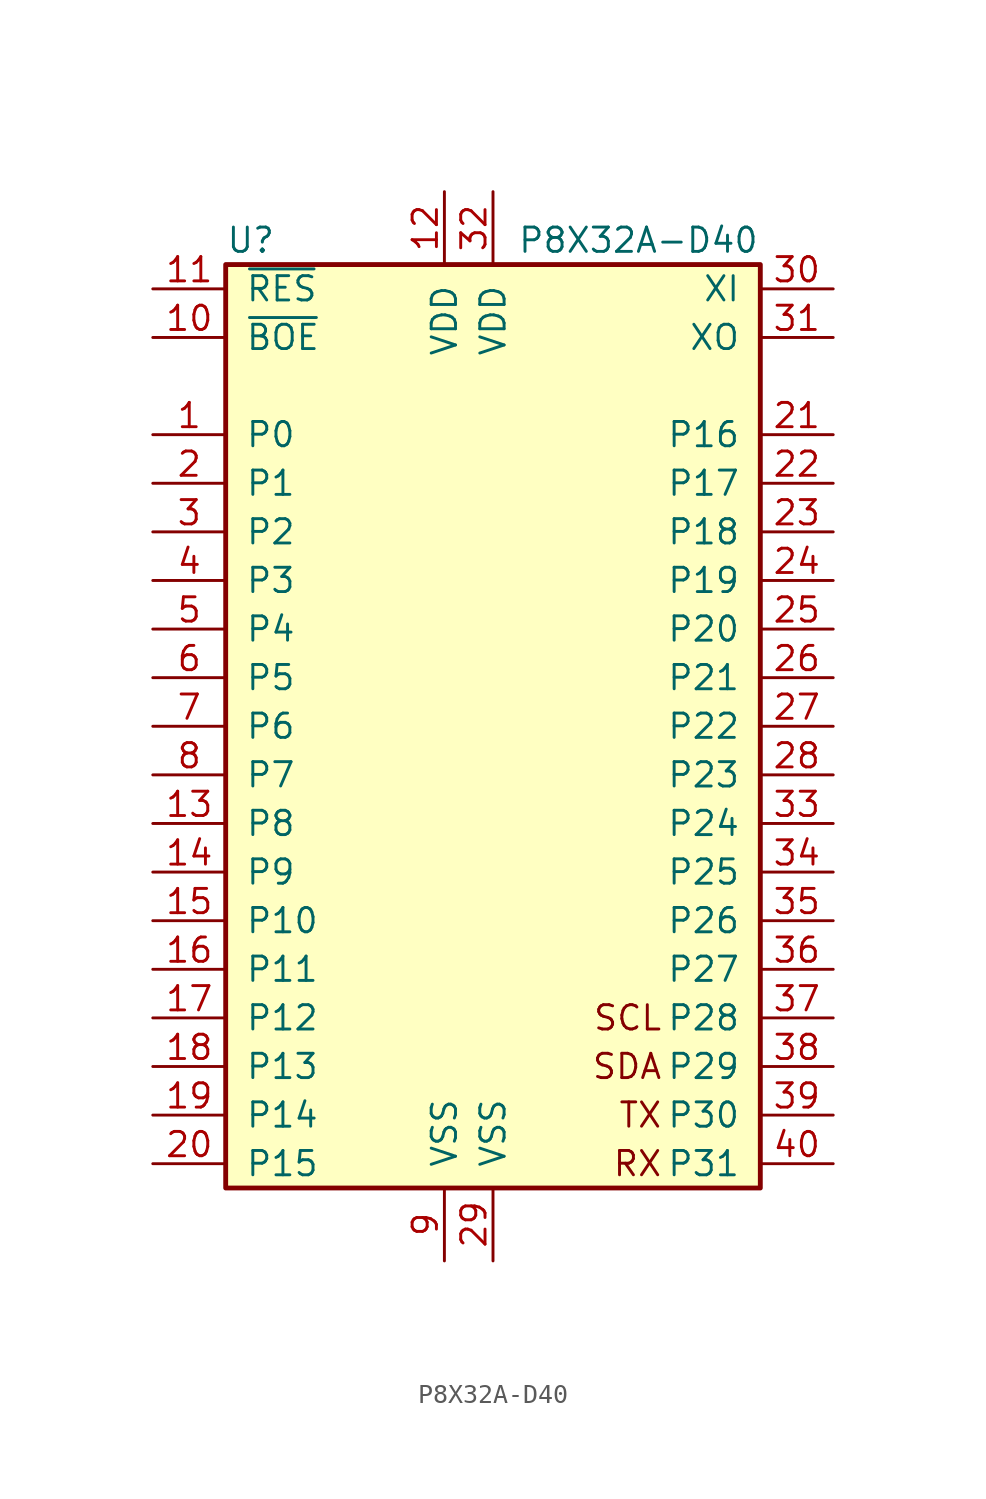
<source format=kicad_sym>
(kicad_symbol_lib
  (version 20231120)
  (generator "kicad_symbol_editor")
  (generator_version "8.0")
  (symbol "P8X32A-D40"
    (pin_names
      (offset 1.016))
    (property "Reference" "U"
      (at -13.97 25.4 0)
      (effects (font (size 1.27 1.27)) (justify left)))
    (property "Value" "P8X32A-D40"
      (at 1.27 25.4 0)
      (effects (font (size 1.27 1.27)) (justify left)))
    (symbol "P8X32A-D40_0_1"
      (rectangle (start -13.97 24.13) (end 13.97 -24.13) (stroke (width 0.254) (type default)) (fill (type background)))
      (text "RX" (at 8.89 -22.86 0) (effects (font (size 1.27 1.27)) (justify right)))
      (text "SCL" (at 8.89 -15.24 0) (effects (font (size 1.27 1.27)) (justify right)))
      (text "SDA" (at 8.89 -17.78 0) (effects (font (size 1.27 1.27)) (justify right)))
      (text "TX" (at 8.89 -20.32 0) (effects (font (size 1.27 1.27)) (justify right)))
      (pin bidirectional line (at -17.78 15.24 0) (length 3.81) (name "P0" (effects (font (size 1.27 1.27)))) (number "1" (effects (font (size 1.27 1.27)))))
      (pin input line (at -17.78 20.32 0) (length 3.81) (name "~{BOE}" (effects (font (size 1.27 1.27)))) (number "10" (effects (font (size 1.27 1.27)))))
      (pin bidirectional line (at -17.78 22.86 0) (length 3.81) (name "~{RES}" (effects (font (size 1.27 1.27)))) (number "11" (effects (font (size 1.27 1.27)))))
      (pin power_in line (at -2.54 27.94 270) (length 3.81) (name "VDD" (effects (font (size 1.27 1.27)))) (number "12" (effects (font (size 1.27 1.27)))))
      (pin bidirectional line (at -17.78 -5.08 0) (length 3.81) (name "P8" (effects (font (size 1.27 1.27)))) (number "13" (effects (font (size 1.27 1.27)))))
      (pin bidirectional line (at -17.78 -7.62 0) (length 3.81) (name "P9" (effects (font (size 1.27 1.27)))) (number "14" (effects (font (size 1.27 1.27)))))
      (pin bidirectional line (at -17.78 -10.16 0) (length 3.81) (name "P10" (effects (font (size 1.27 1.27)))) (number "15" (effects (font (size 1.27 1.27)))))
      (pin bidirectional line (at -17.78 -12.7 0) (length 3.81) (name "P11" (effects (font (size 1.27 1.27)))) (number "16" (effects (font (size 1.27 1.27)))))
      (pin bidirectional line (at -17.78 -15.24 0) (length 3.81) (name "P12" (effects (font (size 1.27 1.27)))) (number "17" (effects (font (size 1.27 1.27)))))
      (pin bidirectional line (at -17.78 -17.78 0) (length 3.81) (name "P13" (effects (font (size 1.27 1.27)))) (number "18" (effects (font (size 1.27 1.27)))))
      (pin bidirectional line (at -17.78 -20.32 0) (length 3.81) (name "P14" (effects (font (size 1.27 1.27)))) (number "19" (effects (font (size 1.27 1.27)))))
      (pin bidirectional line (at -17.78 12.7 0) (length 3.81) (name "P1" (effects (font (size 1.27 1.27)))) (number "2" (effects (font (size 1.27 1.27)))))
      (pin bidirectional line (at -17.78 -22.86 0) (length 3.81) (name "P15" (effects (font (size 1.27 1.27)))) (number "20" (effects (font (size 1.27 1.27)))))
      (pin bidirectional line (at 17.78 15.24 180) (length 3.81) (name "P16" (effects (font (size 1.27 1.27)))) (number "21" (effects (font (size 1.27 1.27)))))
      (pin bidirectional line (at 17.78 12.7 180) (length 3.81) (name "P17" (effects (font (size 1.27 1.27)))) (number "22" (effects (font (size 1.27 1.27)))))
      (pin bidirectional line (at 17.78 10.16 180) (length 3.81) (name "P18" (effects (font (size 1.27 1.27)))) (number "23" (effects (font (size 1.27 1.27)))))
      (pin bidirectional line (at 17.78 7.62 180) (length 3.81) (name "P19" (effects (font (size 1.27 1.27)))) (number "24" (effects (font (size 1.27 1.27)))))
      (pin bidirectional line (at 17.78 5.08 180) (length 3.81) (name "P20" (effects (font (size 1.27 1.27)))) (number "25" (effects (font (size 1.27 1.27)))))
      (pin bidirectional line (at 17.78 2.54 180) (length 3.81) (name "P21" (effects (font (size 1.27 1.27)))) (number "26" (effects (font (size 1.27 1.27)))))
      (pin bidirectional line (at 17.78 0 180) (length 3.81) (name "P22" (effects (font (size 1.27 1.27)))) (number "27" (effects (font (size 1.27 1.27)))))
      (pin bidirectional line (at 17.78 -2.54 180) (length 3.81) (name "P23" (effects (font (size 1.27 1.27)))) (number "28" (effects (font (size 1.27 1.27)))))
      (pin power_in line (at 0 -27.94 90) (length 3.81) (name "VSS" (effects (font (size 1.27 1.27)))) (number "29" (effects (font (size 1.27 1.27)))))
      (pin bidirectional line (at -17.78 10.16 0) (length 3.81) (name "P2" (effects (font (size 1.27 1.27)))) (number "3" (effects (font (size 1.27 1.27)))))
      (pin input line (at 17.78 22.86 180) (length 3.81) (name "XI" (effects (font (size 1.27 1.27)))) (number "30" (effects (font (size 1.27 1.27)))))
      (pin output line (at 17.78 20.32 180) (length 3.81) (name "XO" (effects (font (size 1.27 1.27)))) (number "31" (effects (font (size 1.27 1.27)))))
      (pin power_in line (at 0 27.94 270) (length 3.81) (name "VDD" (effects (font (size 1.27 1.27)))) (number "32" (effects (font (size 1.27 1.27)))))
      (pin bidirectional line (at 17.78 -5.08 180) (length 3.81) (name "P24" (effects (font (size 1.27 1.27)))) (number "33" (effects (font (size 1.27 1.27)))))
      (pin bidirectional line (at 17.78 -7.62 180) (length 3.81) (name "P25" (effects (font (size 1.27 1.27)))) (number "34" (effects (font (size 1.27 1.27)))))
      (pin bidirectional line (at 17.78 -10.16 180) (length 3.81) (name "P26" (effects (font (size 1.27 1.27)))) (number "35" (effects (font (size 1.27 1.27)))))
      (pin bidirectional line (at 17.78 -12.7 180) (length 3.81) (name "P27" (effects (font (size 1.27 1.27)))) (number "36" (effects (font (size 1.27 1.27)))))
      (pin bidirectional line (at 17.78 -15.24 180) (length 3.81) (name "P28" (effects (font (size 1.27 1.27)))) (number "37" (effects (font (size 1.27 1.27)))))
      (pin bidirectional line (at 17.78 -17.78 180) (length 3.81) (name "P29" (effects (font (size 1.27 1.27)))) (number "38" (effects (font (size 1.27 1.27)))))
      (pin bidirectional line (at 17.78 -20.32 180) (length 3.81) (name "P30" (effects (font (size 1.27 1.27)))) (number "39" (effects (font (size 1.27 1.27)))))
      (pin bidirectional line (at -17.78 7.62 0) (length 3.81) (name "P3" (effects (font (size 1.27 1.27)))) (number "4" (effects (font (size 1.27 1.27)))))
      (pin bidirectional line (at 17.78 -22.86 180) (length 3.81) (name "P31" (effects (font (size 1.27 1.27)))) (number "40" (effects (font (size 1.27 1.27)))))
      (pin bidirectional line (at -17.78 5.08 0) (length 3.81) (name "P4" (effects (font (size 1.27 1.27)))) (number "5" (effects (font (size 1.27 1.27)))))
      (pin bidirectional line (at -17.78 2.54 0) (length 3.81) (name "P5" (effects (font (size 1.27 1.27)))) (number "6" (effects (font (size 1.27 1.27)))))
      (pin bidirectional line (at -17.78 0 0) (length 3.81) (name "P6" (effects (font (size 1.27 1.27)))) (number "7" (effects (font (size 1.27 1.27)))))
      (pin bidirectional line (at -17.78 -2.54 0) (length 3.81) (name "P7" (effects (font (size 1.27 1.27)))) (number "8" (effects (font (size 1.27 1.27)))))
      (pin power_in line (at -2.54 -27.94 90) (length 3.81) (name "VSS" (effects (font (size 1.27 1.27)))) (number "9" (effects (font (size 1.27 1.27))))))))
</source>
